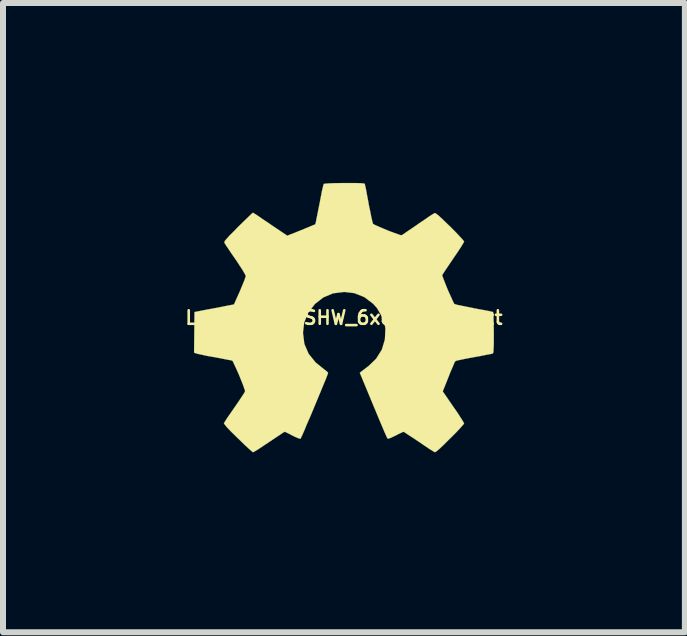
<source format=kicad_pcb>
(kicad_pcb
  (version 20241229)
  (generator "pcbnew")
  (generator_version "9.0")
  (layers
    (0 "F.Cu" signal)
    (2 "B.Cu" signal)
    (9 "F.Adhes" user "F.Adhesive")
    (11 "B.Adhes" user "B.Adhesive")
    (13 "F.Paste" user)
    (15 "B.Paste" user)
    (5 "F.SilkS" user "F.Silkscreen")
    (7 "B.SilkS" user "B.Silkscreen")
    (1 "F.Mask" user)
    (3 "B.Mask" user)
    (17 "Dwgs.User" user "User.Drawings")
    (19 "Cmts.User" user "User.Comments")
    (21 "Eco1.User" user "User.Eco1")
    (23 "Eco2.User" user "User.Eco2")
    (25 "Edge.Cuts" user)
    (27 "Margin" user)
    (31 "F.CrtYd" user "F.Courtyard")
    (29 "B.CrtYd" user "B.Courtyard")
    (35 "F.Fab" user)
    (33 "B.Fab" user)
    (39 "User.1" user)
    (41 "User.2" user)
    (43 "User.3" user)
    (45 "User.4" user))
  (footprint "Logo_silk_OSHW_6x6mm_notext"
    (layer "F.Cu")
    (at 2.685 2.247)
    (property "Reference" "Logo_silk_OSHW_6x6mm_notext" (at 0 0 0) (layer "F.SilkS") (effects (font (size 0.226 0.226) (thickness 0.043))))
    (attr through_hole)
    (fp_poly (pts (xy -1.514 2.245) (xy -1.488 2.23) (xy -1.43 2.195) (xy -1.346 2.139) (xy -1.247 2.073) (xy -1.148 2.007) (xy -1.067 1.953) (xy -1.011 1.915) (xy -0.986 1.902) (xy -0.973 1.908) (xy -0.927 1.93) (xy -0.859 1.966) (xy -0.818 1.986) (xy -0.757 2.012) (xy -0.724 2.019) (xy -0.719 2.009) (xy -0.696 1.961) (xy -0.66 1.88) (xy -0.615 1.77) (xy -0.559 1.643) (xy -0.503 1.509) (xy -0.445 1.369) (xy -0.389 1.234) (xy -0.34 1.115) (xy -0.3 1.019) (xy -0.274 0.95) (xy -0.264 0.922) (xy -0.267 0.914) (xy -0.3 0.884) (xy -0.353 0.843) (xy -0.472 0.747) (xy -0.589 0.602) (xy -0.66 0.437) (xy -0.683 0.251) (xy -0.663 0.081) (xy -0.597 -0.081) (xy -0.483 -0.229) (xy -0.343 -0.338) (xy -0.18 -0.406) (xy 0 -0.429) (xy 0.173 -0.409) (xy 0.34 -0.343) (xy 0.488 -0.231) (xy 0.551 -0.16) (xy 0.638 -0.01) (xy 0.686 0.147) (xy 0.691 0.188) (xy 0.683 0.363) (xy 0.632 0.533) (xy 0.538 0.683) (xy 0.409 0.808) (xy 0.394 0.818) (xy 0.335 0.864) (xy 0.295 0.894) (xy 0.264 0.919) (xy 0.488 1.458) (xy 0.523 1.542) (xy 0.584 1.689) (xy 0.638 1.816) (xy 0.681 1.918) (xy 0.711 1.984) (xy 0.724 2.012) (xy 0.724 2.014) (xy 0.744 2.017) (xy 0.785 2.002) (xy 0.861 1.966) (xy 0.909 1.941) (xy 0.968 1.913) (xy 0.993 1.902) (xy 1.016 1.915) (xy 1.069 1.951) (xy 1.151 2.004) (xy 1.247 2.068) (xy 1.339 2.131) (xy 1.422 2.187) (xy 1.483 2.225) (xy 1.514 2.243) (xy 1.519 2.243) (xy 1.544 2.228) (xy 1.593 2.187) (xy 1.666 2.118) (xy 1.77 2.014) (xy 1.786 1.999) (xy 1.872 1.913) (xy 1.941 1.839) (xy 1.986 1.788) (xy 2.004 1.765) (xy 1.989 1.735) (xy 1.951 1.674) (xy 1.895 1.587) (xy 1.826 1.488) (xy 1.648 1.229) (xy 1.745 0.986) (xy 1.775 0.909) (xy 1.814 0.82) (xy 1.841 0.754) (xy 1.857 0.726) (xy 1.882 0.716) (xy 1.951 0.701) (xy 2.047 0.681) (xy 2.162 0.66) (xy 2.273 0.64) (xy 2.372 0.62) (xy 2.443 0.607) (xy 2.477 0.599) (xy 2.484 0.594) (xy 2.492 0.579) (xy 2.494 0.546) (xy 2.497 0.485) (xy 2.499 0.391) (xy 2.499 0.251) (xy 2.499 0.236) (xy 2.497 0.107) (xy 2.494 0) (xy 2.492 -0.066) (xy 2.487 -0.094) (xy 2.456 -0.102) (xy 2.385 -0.117) (xy 2.286 -0.135) (xy 2.167 -0.157) (xy 2.159 -0.16) (xy 2.042 -0.183) (xy 1.943 -0.203) (xy 1.872 -0.218) (xy 1.844 -0.229) (xy 1.836 -0.236) (xy 1.814 -0.282) (xy 1.781 -0.356) (xy 1.74 -0.445) (xy 1.702 -0.538) (xy 1.669 -0.622) (xy 1.646 -0.683) (xy 1.638 -0.711) (xy 1.641 -0.714) (xy 1.659 -0.742) (xy 1.699 -0.803) (xy 1.755 -0.886) (xy 1.824 -0.988) (xy 1.829 -0.996) (xy 1.897 -1.095) (xy 1.953 -1.181) (xy 1.989 -1.24) (xy 2.004 -1.267) (xy 2.004 -1.27) (xy 1.981 -1.3) (xy 1.93 -1.356) (xy 1.857 -1.433) (xy 1.77 -1.521) (xy 1.742 -1.547) (xy 1.643 -1.643) (xy 1.577 -1.704) (xy 1.534 -1.737) (xy 1.514 -1.745) (xy 1.483 -1.727) (xy 1.42 -1.687) (xy 1.336 -1.628) (xy 1.234 -1.56) (xy 1.227 -1.554) (xy 1.128 -1.486) (xy 1.044 -1.43) (xy 0.986 -1.389) (xy 0.958 -1.374) (xy 0.955 -1.374) (xy 0.914 -1.387) (xy 0.843 -1.412) (xy 0.754 -1.445) (xy 0.663 -1.483) (xy 0.579 -1.519) (xy 0.516 -1.547) (xy 0.485 -1.565) (xy 0.475 -1.6) (xy 0.457 -1.676) (xy 0.437 -1.778) (xy 0.411 -1.9) (xy 0.409 -1.92) (xy 0.386 -2.04) (xy 0.368 -2.139) (xy 0.353 -2.207) (xy 0.345 -2.235) (xy 0.33 -2.238) (xy 0.272 -2.243) (xy 0.183 -2.245) (xy 0.074 -2.245) (xy -0.038 -2.245) (xy -0.147 -2.243) (xy -0.241 -2.24) (xy -0.31 -2.235) (xy -0.338 -2.23) (xy -0.338 -2.228) (xy -0.348 -2.189) (xy -0.366 -2.116) (xy -0.386 -2.012) (xy -0.409 -1.89) (xy -0.414 -1.867) (xy -0.437 -1.75) (xy -0.457 -1.651) (xy -0.47 -1.585) (xy -0.478 -1.557) (xy -0.49 -1.552) (xy -0.538 -1.532) (xy -0.617 -1.499) (xy -0.716 -1.458) (xy -0.945 -1.367) (xy -1.227 -1.557) (xy -1.252 -1.575) (xy -1.354 -1.643) (xy -1.435 -1.699) (xy -1.494 -1.737) (xy -1.516 -1.75) (xy -1.519 -1.75) (xy -1.547 -1.725) (xy -1.603 -1.671) (xy -1.679 -1.598) (xy -1.768 -1.511) (xy -1.831 -1.445) (xy -1.91 -1.367) (xy -1.958 -1.313) (xy -1.986 -1.28) (xy -1.994 -1.26) (xy -1.991 -1.245) (xy -1.974 -1.217) (xy -1.933 -1.156) (xy -1.875 -1.069) (xy -1.806 -0.97) (xy -1.75 -0.886) (xy -1.689 -0.792) (xy -1.651 -0.726) (xy -1.636 -0.693) (xy -1.641 -0.681) (xy -1.659 -0.625) (xy -1.694 -0.541) (xy -1.735 -0.442) (xy -1.834 -0.221) (xy -1.979 -0.193) (xy -2.068 -0.175) (xy -2.189 -0.152) (xy -2.309 -0.13) (xy -2.492 -0.094) (xy -2.499 0.582) (xy -2.471 0.594) (xy -2.443 0.602) (xy -2.375 0.617) (xy -2.278 0.638) (xy -2.162 0.658) (xy -2.065 0.676) (xy -1.966 0.696) (xy -1.895 0.709) (xy -1.864 0.716) (xy -1.854 0.726) (xy -1.831 0.775) (xy -1.796 0.851) (xy -1.755 0.942) (xy -1.717 1.036) (xy -1.681 1.125) (xy -1.659 1.191) (xy -1.648 1.224) (xy -1.661 1.252) (xy -1.699 1.311) (xy -1.753 1.392) (xy -1.821 1.491) (xy -1.887 1.587) (xy -1.946 1.671) (xy -1.984 1.732) (xy -2.002 1.76) (xy -1.991 1.778) (xy -1.953 1.826) (xy -1.88 1.902) (xy -1.768 2.012) (xy -1.75 2.029) (xy -1.664 2.113) (xy -1.59 2.182) (xy -1.537 2.228) (xy -1.514 2.245)) (stroke (width 0.003) (type solid)) (fill yes) (layer "F.SilkS")))
  (gr_rect
    (start -3 -3)
    (end 8.37 7.493)
    (stroke (width 0.1) (type default))
    (fill no)
    (layer "Edge.Cuts")))
</source>
